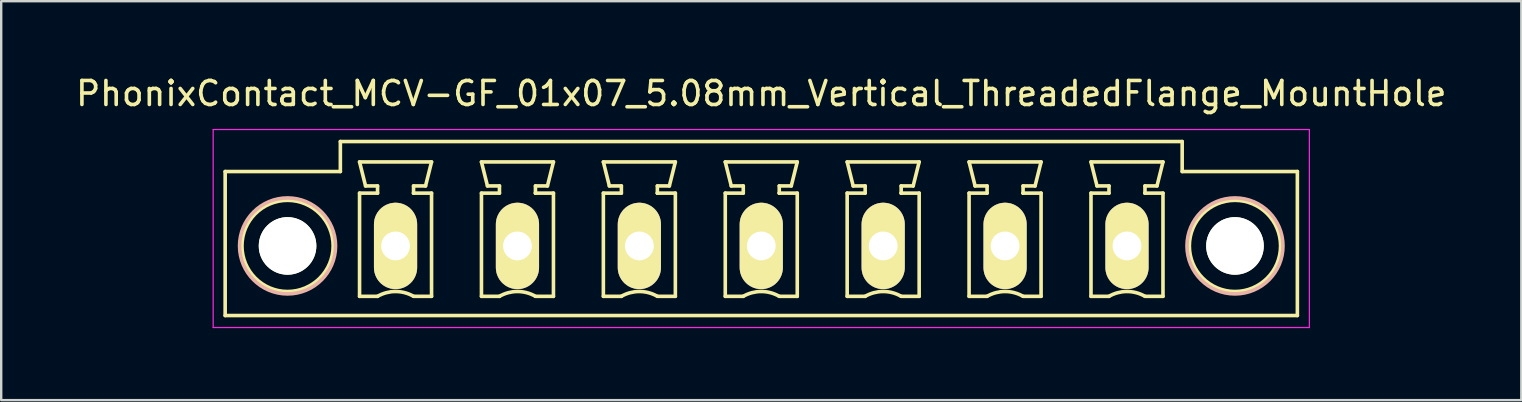
<source format=kicad_pcb>
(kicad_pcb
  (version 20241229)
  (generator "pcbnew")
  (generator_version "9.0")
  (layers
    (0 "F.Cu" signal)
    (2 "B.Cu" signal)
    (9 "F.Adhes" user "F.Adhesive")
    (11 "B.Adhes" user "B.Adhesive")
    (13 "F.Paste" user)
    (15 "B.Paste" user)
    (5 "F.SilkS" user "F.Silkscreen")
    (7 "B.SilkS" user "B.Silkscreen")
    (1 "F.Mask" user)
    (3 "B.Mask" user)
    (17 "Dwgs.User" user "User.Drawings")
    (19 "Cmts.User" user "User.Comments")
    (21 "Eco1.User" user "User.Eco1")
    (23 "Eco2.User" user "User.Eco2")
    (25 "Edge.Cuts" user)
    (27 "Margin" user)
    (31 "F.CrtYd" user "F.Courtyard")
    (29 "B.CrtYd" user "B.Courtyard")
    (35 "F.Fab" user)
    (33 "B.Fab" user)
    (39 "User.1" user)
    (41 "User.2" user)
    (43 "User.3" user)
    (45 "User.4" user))
  (footprint "PhonixContact_MCV-GF_01x07_5.08mm_Vertical_ThreadedFlange_MountHole"
    (layer "F.Cu")
    (at 13.433 7.198)
    (property "Reference" "PhonixContact_MCV-GF_01x07_5.08mm_Vertical_ThreadedFlange_MountHole" (at 15.24 -6.35 0) (layer "F.SilkS") (effects (font (size 1 1) (thickness 0.15))))
    (attr through_hole)
    (fp_line (start -7.1 -3.1) (end -7.1 2.9) (stroke (width 0.15) (type solid)) (layer "F.SilkS"))
    (fp_line (start -7.1 2.9) (end 37.58 2.9) (stroke (width 0.15) (type solid)) (layer "F.SilkS"))
    (fp_line (start -2.3 -4.35) (end -2.3 -3.1) (stroke (width 0.15) (type solid)) (layer "F.SilkS"))
    (fp_line (start -2.3 -3.1) (end -7.1 -3.1) (stroke (width 0.15) (type solid)) (layer "F.SilkS"))
    (fp_line (start -1.5 -3.5) (end 1.5 -3.5) (stroke (width 0.15) (type solid)) (layer "F.SilkS"))
    (fp_line (start -1.5 -2.2) (end -0.75 -2.2) (stroke (width 0.15) (type solid)) (layer "F.SilkS"))
    (fp_line (start -1.5 2.1) (end -1.5 -2.2) (stroke (width 0.15) (type solid)) (layer "F.SilkS"))
    (fp_line (start -1.25 -2.5) (end -1.5 -3.5) (stroke (width 0.15) (type solid)) (layer "F.SilkS"))
    (fp_line (start -0.75 -2.5) (end -1.25 -2.5) (stroke (width 0.15) (type solid)) (layer "F.SilkS"))
    (fp_line (start -0.75 -2.2) (end -0.75 -2.5) (stroke (width 0.15) (type solid)) (layer "F.SilkS"))
    (fp_line (start -0.75 2.1) (end -1.5 2.1) (stroke (width 0.15) (type solid)) (layer "F.SilkS"))
    (fp_line (start 0.75 -2.5) (end 0.75 -2.2) (stroke (width 0.15) (type solid)) (layer "F.SilkS"))
    (fp_line (start 0.75 -2.2) (end 0.75 -2.2) (stroke (width 0.15) (type solid)) (layer "F.SilkS"))
    (fp_line (start 0.75 -2.2) (end 1.5 -2.2) (stroke (width 0.15) (type solid)) (layer "F.SilkS"))
    (fp_line (start 1.25 -2.5) (end 0.75 -2.5) (stroke (width 0.15) (type solid)) (layer "F.SilkS"))
    (fp_line (start 1.5 -3.5) (end 1.25 -2.5) (stroke (width 0.15) (type solid)) (layer "F.SilkS"))
    (fp_line (start 1.5 -2.2) (end 1.5 2.1) (stroke (width 0.15) (type solid)) (layer "F.SilkS"))
    (fp_line (start 1.5 2.1) (end 0.75 2.1) (stroke (width 0.15) (type solid)) (layer "F.SilkS"))
    (fp_line (start 3.58 -3.5) (end 6.58 -3.5) (stroke (width 0.15) (type solid)) (layer "F.SilkS"))
    (fp_line (start 3.58 -2.2) (end 4.33 -2.2) (stroke (width 0.15) (type solid)) (layer "F.SilkS"))
    (fp_line (start 3.58 2.1) (end 3.58 -2.2) (stroke (width 0.15) (type solid)) (layer "F.SilkS"))
    (fp_line (start 3.83 -2.5) (end 3.58 -3.5) (stroke (width 0.15) (type solid)) (layer "F.SilkS"))
    (fp_line (start 4.33 -2.5) (end 3.83 -2.5) (stroke (width 0.15) (type solid)) (layer "F.SilkS"))
    (fp_line (start 4.33 -2.2) (end 4.33 -2.5) (stroke (width 0.15) (type solid)) (layer "F.SilkS"))
    (fp_line (start 4.33 2.1) (end 3.58 2.1) (stroke (width 0.15) (type solid)) (layer "F.SilkS"))
    (fp_line (start 5.83 -2.5) (end 5.83 -2.2) (stroke (width 0.15) (type solid)) (layer "F.SilkS"))
    (fp_line (start 5.83 -2.2) (end 5.83 -2.2) (stroke (width 0.15) (type solid)) (layer "F.SilkS"))
    (fp_line (start 5.83 -2.2) (end 6.58 -2.2) (stroke (width 0.15) (type solid)) (layer "F.SilkS"))
    (fp_line (start 6.33 -2.5) (end 5.83 -2.5) (stroke (width 0.15) (type solid)) (layer "F.SilkS"))
    (fp_line (start 6.58 -3.5) (end 6.33 -2.5) (stroke (width 0.15) (type solid)) (layer "F.SilkS"))
    (fp_line (start 6.58 -2.2) (end 6.58 2.1) (stroke (width 0.15) (type solid)) (layer "F.SilkS"))
    (fp_line (start 6.58 2.1) (end 5.83 2.1) (stroke (width 0.15) (type solid)) (layer "F.SilkS"))
    (fp_line (start 8.66 -3.5) (end 11.66 -3.5) (stroke (width 0.15) (type solid)) (layer "F.SilkS"))
    (fp_line (start 8.66 -2.2) (end 9.41 -2.2) (stroke (width 0.15) (type solid)) (layer "F.SilkS"))
    (fp_line (start 8.66 2.1) (end 8.66 -2.2) (stroke (width 0.15) (type solid)) (layer "F.SilkS"))
    (fp_line (start 8.91 -2.5) (end 8.66 -3.5) (stroke (width 0.15) (type solid)) (layer "F.SilkS"))
    (fp_line (start 9.41 -2.5) (end 8.91 -2.5) (stroke (width 0.15) (type solid)) (layer "F.SilkS"))
    (fp_line (start 9.41 -2.2) (end 9.41 -2.5) (stroke (width 0.15) (type solid)) (layer "F.SilkS"))
    (fp_line (start 9.41 2.1) (end 8.66 2.1) (stroke (width 0.15) (type solid)) (layer "F.SilkS"))
    (fp_line (start 10.91 -2.5) (end 10.91 -2.2) (stroke (width 0.15) (type solid)) (layer "F.SilkS"))
    (fp_line (start 10.91 -2.2) (end 10.91 -2.2) (stroke (width 0.15) (type solid)) (layer "F.SilkS"))
    (fp_line (start 10.91 -2.2) (end 11.66 -2.2) (stroke (width 0.15) (type solid)) (layer "F.SilkS"))
    (fp_line (start 11.41 -2.5) (end 10.91 -2.5) (stroke (width 0.15) (type solid)) (layer "F.SilkS"))
    (fp_line (start 11.66 -3.5) (end 11.41 -2.5) (stroke (width 0.15) (type solid)) (layer "F.SilkS"))
    (fp_line (start 11.66 -2.2) (end 11.66 2.1) (stroke (width 0.15) (type solid)) (layer "F.SilkS"))
    (fp_line (start 11.66 2.1) (end 10.91 2.1) (stroke (width 0.15) (type solid)) (layer "F.SilkS"))
    (fp_line (start 13.74 -3.5) (end 16.74 -3.5) (stroke (width 0.15) (type solid)) (layer "F.SilkS"))
    (fp_line (start 13.74 -2.2) (end 14.49 -2.2) (stroke (width 0.15) (type solid)) (layer "F.SilkS"))
    (fp_line (start 13.74 2.1) (end 13.74 -2.2) (stroke (width 0.15) (type solid)) (layer "F.SilkS"))
    (fp_line (start 13.99 -2.5) (end 13.74 -3.5) (stroke (width 0.15) (type solid)) (layer "F.SilkS"))
    (fp_line (start 14.49 -2.5) (end 13.99 -2.5) (stroke (width 0.15) (type solid)) (layer "F.SilkS"))
    (fp_line (start 14.49 -2.2) (end 14.49 -2.5) (stroke (width 0.15) (type solid)) (layer "F.SilkS"))
    (fp_line (start 14.49 2.1) (end 13.74 2.1) (stroke (width 0.15) (type solid)) (layer "F.SilkS"))
    (fp_line (start 15.99 -2.5) (end 15.99 -2.2) (stroke (width 0.15) (type solid)) (layer "F.SilkS"))
    (fp_line (start 15.99 -2.2) (end 15.99 -2.2) (stroke (width 0.15) (type solid)) (layer "F.SilkS"))
    (fp_line (start 15.99 -2.2) (end 16.74 -2.2) (stroke (width 0.15) (type solid)) (layer "F.SilkS"))
    (fp_line (start 16.49 -2.5) (end 15.99 -2.5) (stroke (width 0.15) (type solid)) (layer "F.SilkS"))
    (fp_line (start 16.74 -3.5) (end 16.49 -2.5) (stroke (width 0.15) (type solid)) (layer "F.SilkS"))
    (fp_line (start 16.74 -2.2) (end 16.74 2.1) (stroke (width 0.15) (type solid)) (layer "F.SilkS"))
    (fp_line (start 16.74 2.1) (end 15.99 2.1) (stroke (width 0.15) (type solid)) (layer "F.SilkS"))
    (fp_line (start 18.82 -3.5) (end 21.82 -3.5) (stroke (width 0.15) (type solid)) (layer "F.SilkS"))
    (fp_line (start 18.82 -2.2) (end 19.57 -2.2) (stroke (width 0.15) (type solid)) (layer "F.SilkS"))
    (fp_line (start 18.82 2.1) (end 18.82 -2.2) (stroke (width 0.15) (type solid)) (layer "F.SilkS"))
    (fp_line (start 19.07 -2.5) (end 18.82 -3.5) (stroke (width 0.15) (type solid)) (layer "F.SilkS"))
    (fp_line (start 19.57 -2.5) (end 19.07 -2.5) (stroke (width 0.15) (type solid)) (layer "F.SilkS"))
    (fp_line (start 19.57 -2.2) (end 19.57 -2.5) (stroke (width 0.15) (type solid)) (layer "F.SilkS"))
    (fp_line (start 19.57 2.1) (end 18.82 2.1) (stroke (width 0.15) (type solid)) (layer "F.SilkS"))
    (fp_line (start 21.07 -2.5) (end 21.07 -2.2) (stroke (width 0.15) (type solid)) (layer "F.SilkS"))
    (fp_line (start 21.07 -2.2) (end 21.07 -2.2) (stroke (width 0.15) (type solid)) (layer "F.SilkS"))
    (fp_line (start 21.07 -2.2) (end 21.82 -2.2) (stroke (width 0.15) (type solid)) (layer "F.SilkS"))
    (fp_line (start 21.57 -2.5) (end 21.07 -2.5) (stroke (width 0.15) (type solid)) (layer "F.SilkS"))
    (fp_line (start 21.82 -3.5) (end 21.57 -2.5) (stroke (width 0.15) (type solid)) (layer "F.SilkS"))
    (fp_line (start 21.82 -2.2) (end 21.82 2.1) (stroke (width 0.15) (type solid)) (layer "F.SilkS"))
    (fp_line (start 21.82 2.1) (end 21.07 2.1) (stroke (width 0.15) (type solid)) (layer "F.SilkS"))
    (fp_line (start 23.9 -3.5) (end 26.9 -3.5) (stroke (width 0.15) (type solid)) (layer "F.SilkS"))
    (fp_line (start 23.9 -2.2) (end 24.65 -2.2) (stroke (width 0.15) (type solid)) (layer "F.SilkS"))
    (fp_line (start 23.9 2.1) (end 23.9 -2.2) (stroke (width 0.15) (type solid)) (layer "F.SilkS"))
    (fp_line (start 24.15 -2.5) (end 23.9 -3.5) (stroke (width 0.15) (type solid)) (layer "F.SilkS"))
    (fp_line (start 24.65 -2.5) (end 24.15 -2.5) (stroke (width 0.15) (type solid)) (layer "F.SilkS"))
    (fp_line (start 24.65 -2.2) (end 24.65 -2.5) (stroke (width 0.15) (type solid)) (layer "F.SilkS"))
    (fp_line (start 24.65 2.1) (end 23.9 2.1) (stroke (width 0.15) (type solid)) (layer "F.SilkS"))
    (fp_line (start 26.15 -2.5) (end 26.15 -2.2) (stroke (width 0.15) (type solid)) (layer "F.SilkS"))
    (fp_line (start 26.15 -2.2) (end 26.15 -2.2) (stroke (width 0.15) (type solid)) (layer "F.SilkS"))
    (fp_line (start 26.15 -2.2) (end 26.9 -2.2) (stroke (width 0.15) (type solid)) (layer "F.SilkS"))
    (fp_line (start 26.65 -2.5) (end 26.15 -2.5) (stroke (width 0.15) (type solid)) (layer "F.SilkS"))
    (fp_line (start 26.9 -3.5) (end 26.65 -2.5) (stroke (width 0.15) (type solid)) (layer "F.SilkS"))
    (fp_line (start 26.9 -2.2) (end 26.9 2.1) (stroke (width 0.15) (type solid)) (layer "F.SilkS"))
    (fp_line (start 26.9 2.1) (end 26.15 2.1) (stroke (width 0.15) (type solid)) (layer "F.SilkS"))
    (fp_line (start 28.98 -3.5) (end 31.98 -3.5) (stroke (width 0.15) (type solid)) (layer "F.SilkS"))
    (fp_line (start 28.98 -2.2) (end 29.73 -2.2) (stroke (width 0.15) (type solid)) (layer "F.SilkS"))
    (fp_line (start 28.98 2.1) (end 28.98 -2.2) (stroke (width 0.15) (type solid)) (layer "F.SilkS"))
    (fp_line (start 29.23 -2.5) (end 28.98 -3.5) (stroke (width 0.15) (type solid)) (layer "F.SilkS"))
    (fp_line (start 29.73 -2.5) (end 29.23 -2.5) (stroke (width 0.15) (type solid)) (layer "F.SilkS"))
    (fp_line (start 29.73 -2.2) (end 29.73 -2.5) (stroke (width 0.15) (type solid)) (layer "F.SilkS"))
    (fp_line (start 29.73 2.1) (end 28.98 2.1) (stroke (width 0.15) (type solid)) (layer "F.SilkS"))
    (fp_line (start 31.23 -2.5) (end 31.23 -2.2) (stroke (width 0.15) (type solid)) (layer "F.SilkS"))
    (fp_line (start 31.23 -2.2) (end 31.23 -2.2) (stroke (width 0.15) (type solid)) (layer "F.SilkS"))
    (fp_line (start 31.23 -2.2) (end 31.98 -2.2) (stroke (width 0.15) (type solid)) (layer "F.SilkS"))
    (fp_line (start 31.73 -2.5) (end 31.23 -2.5) (stroke (width 0.15) (type solid)) (layer "F.SilkS"))
    (fp_line (start 31.98 -3.5) (end 31.73 -2.5) (stroke (width 0.15) (type solid)) (layer "F.SilkS"))
    (fp_line (start 31.98 -2.2) (end 31.98 2.1) (stroke (width 0.15) (type solid)) (layer "F.SilkS"))
    (fp_line (start 31.98 2.1) (end 31.23 2.1) (stroke (width 0.15) (type solid)) (layer "F.SilkS"))
    (fp_line (start 32.78 -4.35) (end -2.3 -4.35) (stroke (width 0.15) (type solid)) (layer "F.SilkS"))
    (fp_line (start 32.78 -3.1) (end 32.78 -4.35) (stroke (width 0.15) (type solid)) (layer "F.SilkS"))
    (fp_line (start 37.58 -3.1) (end 32.78 -3.1) (stroke (width 0.15) (type solid)) (layer "F.SilkS"))
    (fp_line (start 37.58 2.9) (end 37.58 -3.1) (stroke (width 0.15) (type solid)) (layer "F.SilkS"))
    (fp_arc (start -0.75 2.1) (mid -0.006068 1.899179) (end 0.739464 2.093978) (stroke (width 0.15) (type solid)) (layer "F.SilkS"))
    (fp_arc (start 4.33 2.1) (mid 5.073932 1.899179) (end 5.819464 2.093978) (stroke (width 0.15) (type solid)) (layer "F.SilkS"))
    (fp_arc (start 9.41 2.1) (mid 10.153932 1.899179) (end 10.899464 2.093978) (stroke (width 0.15) (type solid)) (layer "F.SilkS"))
    (fp_arc (start 14.49 2.1) (mid 15.233932 1.899179) (end 15.979464 2.093978) (stroke (width 0.15) (type solid)) (layer "F.SilkS"))
    (fp_arc (start 19.57 2.1) (mid 20.313932 1.899179) (end 21.059464 2.093978) (stroke (width 0.15) (type solid)) (layer "F.SilkS"))
    (fp_arc (start 24.65 2.1) (mid 25.393932 1.899179) (end 26.139464 2.093978) (stroke (width 0.15) (type solid)) (layer "F.SilkS"))
    (fp_arc (start 29.73 2.1) (mid 30.473932 1.899179) (end 31.219464 2.093978) (stroke (width 0.15) (type solid)) (layer "F.SilkS"))
    (fp_circle (center -4.5 0) (end -2.6 0) (stroke (width 0.15) (type solid)) (fill no) (layer "F.SilkS"))
    (fp_circle (center 34.98 0) (end 36.88 0) (stroke (width 0.15) (type solid)) (fill no) (layer "F.SilkS"))
    (fp_circle (center -4.5 0) (end -2.5 0) (stroke (width 0.15) (type solid)) (fill no) (layer "B.SilkS"))
    (fp_circle (center 34.98 0) (end 36.98 0) (stroke (width 0.15) (type solid)) (fill no) (layer "B.SilkS"))
    (fp_line (start -7.6 -4.85) (end -7.6 3.4) (stroke (width 0.05) (type solid)) (layer "F.CrtYd"))
    (fp_line (start -7.6 3.4) (end 38.08 3.4) (stroke (width 0.05) (type solid)) (layer "F.CrtYd"))
    (fp_line (start 38.08 -4.85) (end -7.6 -4.85) (stroke (width 0.05) (type solid)) (layer "F.CrtYd"))
    (fp_line (start 38.08 3.4) (end 38.08 -4.85) (stroke (width 0.05) (type solid)) (layer "F.CrtYd"))
    (pad "" np_thru_hole circle (at -4.5 0) (size 2.4 2.4) (drill 2.4) (layers "*.Cu" "*.Mask" "F.SilkS"))
    (pad "" np_thru_hole circle (at 34.98 0) (size 2.4 2.4) (drill 2.4) (layers "*.Cu" "*.Mask" "F.SilkS"))
    (pad "1" thru_hole oval (at 0 0) (size 1.8 3.6) (drill 1.2) (layers "*.Cu" "*.Mask" "F.SilkS"))
    (pad "2" thru_hole oval (at 5.08 0) (size 1.8 3.6) (drill 1.2) (layers "*.Cu" "*.Mask" "F.SilkS"))
    (pad "3" thru_hole oval (at 10.16 0) (size 1.8 3.6) (drill 1.2) (layers "*.Cu" "*.Mask" "F.SilkS"))
    (pad "4" thru_hole oval (at 15.24 0) (size 1.8 3.6) (drill 1.2) (layers "*.Cu" "*.Mask" "F.SilkS"))
    (pad "5" thru_hole oval (at 20.32 0) (size 1.8 3.6) (drill 1.2) (layers "*.Cu" "*.Mask" "F.SilkS"))
    (pad "6" thru_hole oval (at 25.4 0) (size 1.8 3.6) (drill 1.2) (layers "*.Cu" "*.Mask" "F.SilkS"))
    (pad "7" thru_hole oval (at 30.48 0) (size 1.8 3.6) (drill 1.2) (layers "*.Cu" "*.Mask" "F.SilkS")))
  (gr_rect
    (start -3 -3)
    (end 60.345 13.623)
    (stroke (width 0.1) (type default))
    (fill no)
    (layer "Edge.Cuts")))
</source>
